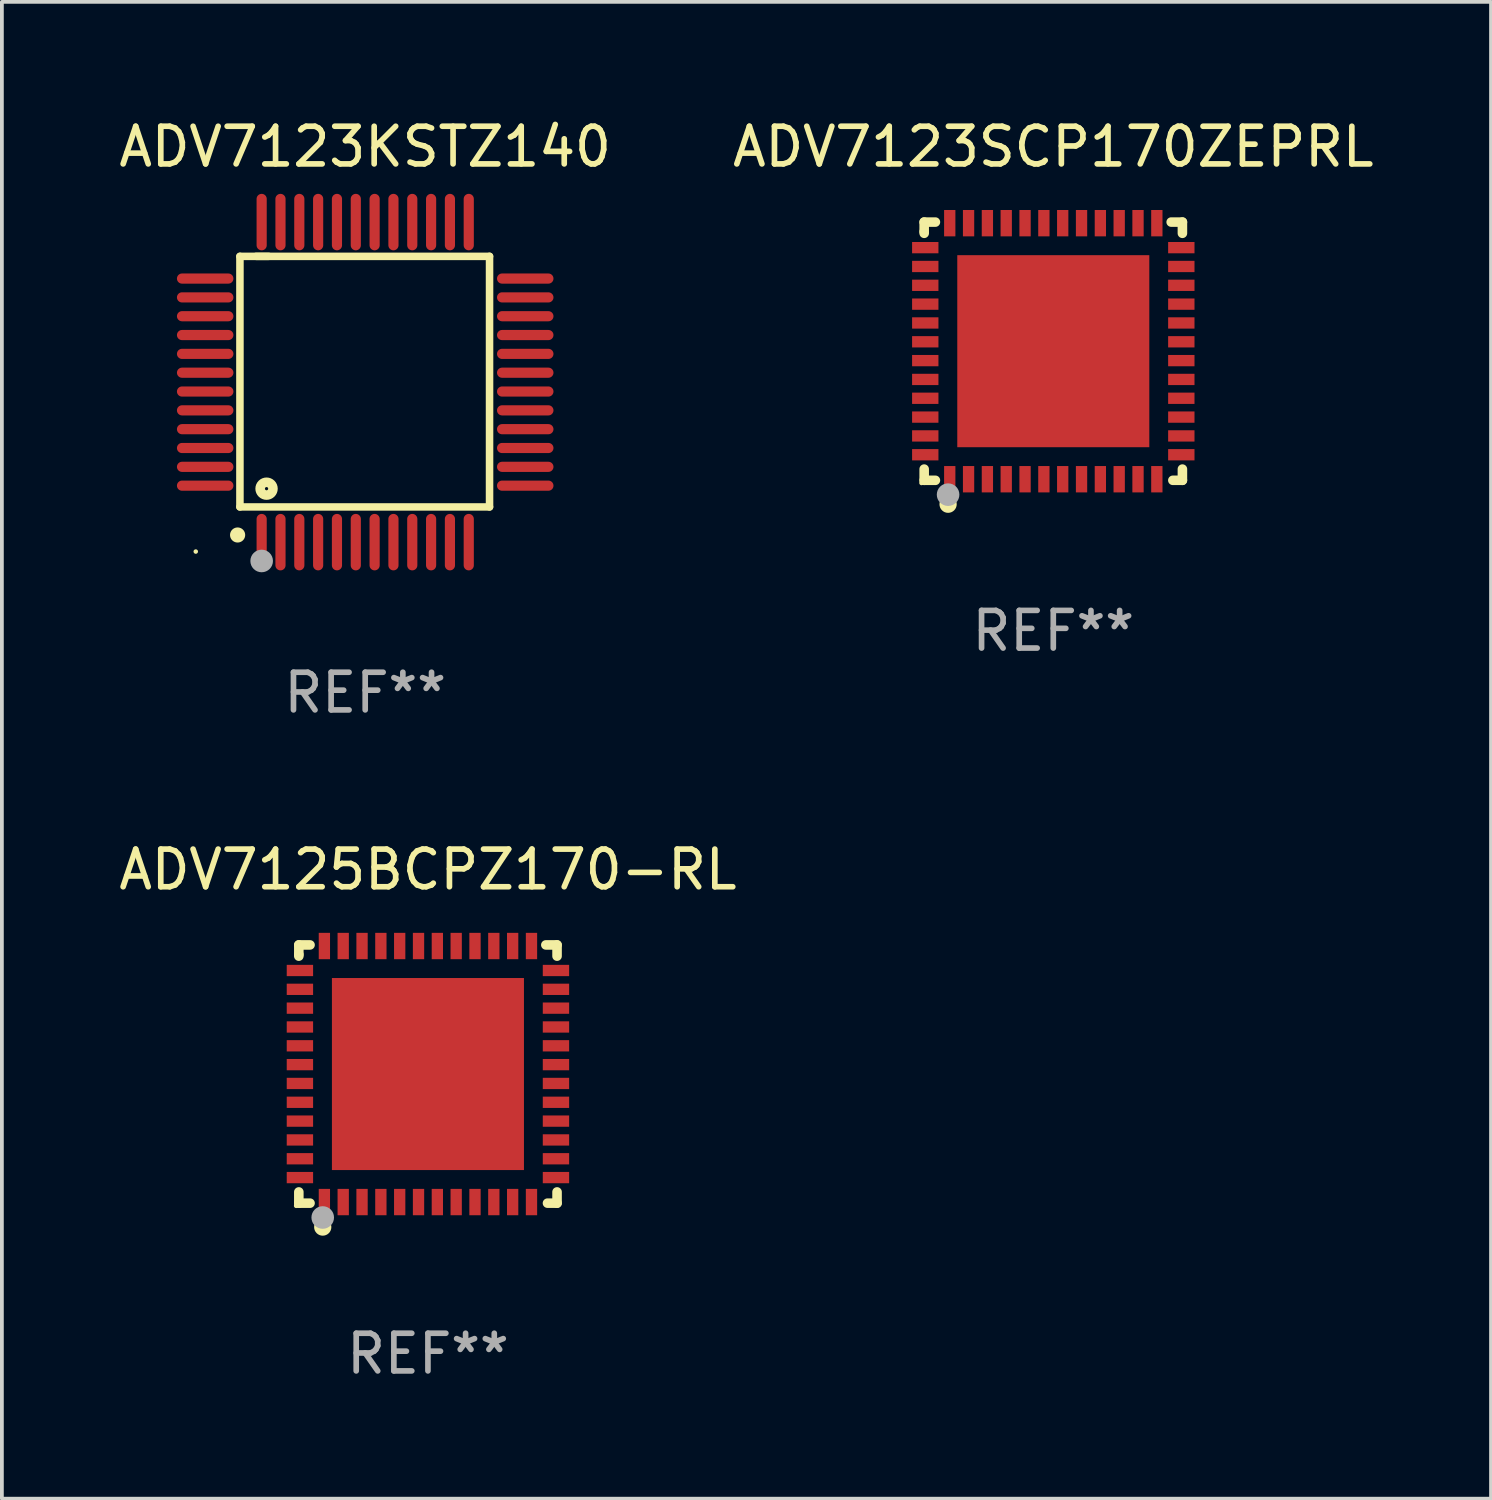
<source format=kicad_pcb>
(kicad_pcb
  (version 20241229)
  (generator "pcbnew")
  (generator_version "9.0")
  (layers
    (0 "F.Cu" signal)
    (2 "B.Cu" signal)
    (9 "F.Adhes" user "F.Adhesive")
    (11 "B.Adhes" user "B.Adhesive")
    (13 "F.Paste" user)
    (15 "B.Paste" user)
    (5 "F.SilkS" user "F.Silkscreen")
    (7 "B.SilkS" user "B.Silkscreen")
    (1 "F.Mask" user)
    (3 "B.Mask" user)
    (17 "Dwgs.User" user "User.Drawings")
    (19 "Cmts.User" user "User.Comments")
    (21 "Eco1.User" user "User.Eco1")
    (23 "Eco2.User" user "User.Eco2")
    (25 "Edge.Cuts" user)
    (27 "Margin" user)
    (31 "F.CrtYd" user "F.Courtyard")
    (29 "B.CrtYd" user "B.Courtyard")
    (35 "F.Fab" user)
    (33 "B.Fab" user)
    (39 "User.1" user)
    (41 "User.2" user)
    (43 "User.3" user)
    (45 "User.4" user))
  (footprint "ADV7123KSTZ140"
    (layer "F.Cu")
    (at 6.649 7.098)
    (property "Reference" "ADV7123KSTZ140" (at 0 -6.25 0) (layer "F.SilkS") (effects (font (size 1 1) (thickness 0.15))))
    (attr through_hole)
    (fp_line (start -3.327 -3.34) (end -2.565 -3.34) (stroke (width 0.2) (type solid)) (layer "F.SilkS"))
    (fp_line (start -3.327 3.315) (end -3.327 -3.34) (stroke (width 0.2) (type solid)) (layer "F.SilkS"))
    (fp_line (start -2.896 -3.34) (end 3.302 -3.34) (stroke (width 0.2) (type solid)) (layer "F.SilkS"))
    (fp_line (start 3.302 -3.34) (end 3.302 3.315) (stroke (width 0.2) (type solid)) (layer "F.SilkS"))
    (fp_line (start 3.302 3.315) (end -3.327 3.315) (stroke (width 0.2) (type solid)) (layer "F.SilkS"))
    (fp_arc (start -3.389992 4.059995) (mid -3.388722 4.059991) (end -3.387452 4.059995) (stroke (width 0.4) (type solid)) (layer "F.SilkS"))
    (fp_circle (center -4.5 4.5) (end -4.47 4.5) (stroke (width 0.06) (type solid)) (fill no) (layer "F.SilkS"))
    (fp_circle (center -2.62 2.83) (end -2.45 2.83) (stroke (width 0.254) (type solid)) (fill no) (layer "F.SilkS"))
    (fp_circle (center -2.75 4.75) (end -2.6 4.75) (stroke (width 0.3) (type solid)) (fill no) (layer "F.Fab"))
    (fp_text user "REF**" (at 0 8.25 0) (layer "F.Fab") (effects (font (size 1 1) (thickness 0.15))))
    (pad "1" smd oval (at -2.75 4.25) (size 0.27 1.5) (layers "F.Cu" "F.Mask" "F.Paste"))
    (pad "2" smd oval (at -2.25 4.25) (size 0.27 1.5) (layers "F.Cu" "F.Mask" "F.Paste"))
    (pad "3" smd oval (at -1.75 4.25) (size 0.27 1.5) (layers "F.Cu" "F.Mask" "F.Paste"))
    (pad "4" smd oval (at -1.25 4.25) (size 0.27 1.5) (layers "F.Cu" "F.Mask" "F.Paste"))
    (pad "5" smd oval (at -0.75 4.25) (size 0.27 1.5) (layers "F.Cu" "F.Mask" "F.Paste"))
    (pad "6" smd oval (at -0.25 4.25) (size 0.27 1.5) (layers "F.Cu" "F.Mask" "F.Paste"))
    (pad "7" smd oval (at 0.25 4.25) (size 0.27 1.5) (layers "F.Cu" "F.Mask" "F.Paste"))
    (pad "8" smd oval (at 0.75 4.25) (size 0.27 1.5) (layers "F.Cu" "F.Mask" "F.Paste"))
    (pad "9" smd oval (at 1.25 4.25) (size 0.27 1.5) (layers "F.Cu" "F.Mask" "F.Paste"))
    (pad "10" smd oval (at 1.75 4.25) (size 0.27 1.5) (layers "F.Cu" "F.Mask" "F.Paste"))
    (pad "11" smd oval (at 2.25 4.25) (size 0.27 1.5) (layers "F.Cu" "F.Mask" "F.Paste"))
    (pad "12" smd oval (at 2.75 4.25) (size 0.27 1.5) (layers "F.Cu" "F.Mask" "F.Paste"))
    (pad "13" smd oval (at 4.25 2.75) (size 1.5 0.27) (layers "F.Cu" "F.Mask" "F.Paste"))
    (pad "14" smd oval (at 4.25 2.25) (size 1.5 0.27) (layers "F.Cu" "F.Mask" "F.Paste"))
    (pad "15" smd oval (at 4.25 1.75) (size 1.5 0.27) (layers "F.Cu" "F.Mask" "F.Paste"))
    (pad "16" smd oval (at 4.25 1.25) (size 1.5 0.27) (layers "F.Cu" "F.Mask" "F.Paste"))
    (pad "17" smd oval (at 4.25 0.75) (size 1.5 0.27) (layers "F.Cu" "F.Mask" "F.Paste"))
    (pad "18" smd oval (at 4.25 0.25) (size 1.5 0.27) (layers "F.Cu" "F.Mask" "F.Paste"))
    (pad "19" smd oval (at 4.25 -0.25) (size 1.5 0.27) (layers "F.Cu" "F.Mask" "F.Paste"))
    (pad "20" smd oval (at 4.25 -0.75) (size 1.5 0.27) (layers "F.Cu" "F.Mask" "F.Paste"))
    (pad "21" smd oval (at 4.25 -1.25) (size 1.5 0.27) (layers "F.Cu" "F.Mask" "F.Paste"))
    (pad "22" smd oval (at 4.25 -1.75) (size 1.5 0.27) (layers "F.Cu" "F.Mask" "F.Paste"))
    (pad "23" smd oval (at 4.25 -2.25) (size 1.5 0.27) (layers "F.Cu" "F.Mask" "F.Paste"))
    (pad "24" smd oval (at 4.25 -2.75) (size 1.5 0.27) (layers "F.Cu" "F.Mask" "F.Paste"))
    (pad "25" smd oval (at 2.75 -4.25) (size 0.27 1.5) (layers "F.Cu" "F.Mask" "F.Paste"))
    (pad "26" smd oval (at 2.25 -4.25) (size 0.27 1.5) (layers "F.Cu" "F.Mask" "F.Paste"))
    (pad "27" smd oval (at 1.75 -4.25) (size 0.27 1.5) (layers "F.Cu" "F.Mask" "F.Paste"))
    (pad "28" smd oval (at 1.25 -4.25) (size 0.27 1.5) (layers "F.Cu" "F.Mask" "F.Paste"))
    (pad "29" smd oval (at 0.75 -4.25) (size 0.27 1.5) (layers "F.Cu" "F.Mask" "F.Paste"))
    (pad "30" smd oval (at 0.25 -4.25) (size 0.27 1.5) (layers "F.Cu" "F.Mask" "F.Paste"))
    (pad "31" smd oval (at -0.25 -4.25) (size 0.27 1.5) (layers "F.Cu" "F.Mask" "F.Paste"))
    (pad "32" smd oval (at -0.75 -4.25) (size 0.27 1.5) (layers "F.Cu" "F.Mask" "F.Paste"))
    (pad "33" smd oval (at -1.25 -4.25) (size 0.27 1.5) (layers "F.Cu" "F.Mask" "F.Paste"))
    (pad "34" smd oval (at -1.75 -4.25) (size 0.27 1.5) (layers "F.Cu" "F.Mask" "F.Paste"))
    (pad "35" smd oval (at -2.25 -4.25) (size 0.27 1.5) (layers "F.Cu" "F.Mask" "F.Paste"))
    (pad "36" smd oval (at -2.75 -4.25) (size 0.27 1.5) (layers "F.Cu" "F.Mask" "F.Paste"))
    (pad "37" smd oval (at -4.25 -2.75) (size 1.5 0.27) (layers "F.Cu" "F.Mask" "F.Paste"))
    (pad "38" smd oval (at -4.25 -2.25) (size 1.5 0.27) (layers "F.Cu" "F.Mask" "F.Paste"))
    (pad "39" smd oval (at -4.25 -1.75) (size 1.5 0.27) (layers "F.Cu" "F.Mask" "F.Paste"))
    (pad "40" smd oval (at -4.25 -1.25) (size 1.5 0.27) (layers "F.Cu" "F.Mask" "F.Paste"))
    (pad "41" smd oval (at -4.25 -0.75) (size 1.5 0.27) (layers "F.Cu" "F.Mask" "F.Paste"))
    (pad "42" smd oval (at -4.25 -0.25) (size 1.5 0.27) (layers "F.Cu" "F.Mask" "F.Paste"))
    (pad "43" smd oval (at -4.25 0.25) (size 1.5 0.27) (layers "F.Cu" "F.Mask" "F.Paste"))
    (pad "44" smd oval (at -4.25 0.75) (size 1.5 0.27) (layers "F.Cu" "F.Mask" "F.Paste"))
    (pad "45" smd oval (at -4.25 1.25) (size 1.5 0.27) (layers "F.Cu" "F.Mask" "F.Paste"))
    (pad "46" smd oval (at -4.25 1.75) (size 1.5 0.27) (layers "F.Cu" "F.Mask" "F.Paste"))
    (pad "47" smd oval (at -4.25 2.25) (size 1.5 0.27) (layers "F.Cu" "F.Mask" "F.Paste"))
    (pad "48" smd oval (at -4.25 2.75) (size 1.5 0.27) (layers "F.Cu" "F.Mask" "F.Paste")))
  (footprint "ADV7125BCPZ170-RL"
    (layer "F.Cu")
    (at 8.315 25.474)
    (property "Reference" "ADV7125BCPZ170-RL" (at 0 -5.429 0) (layer "F.SilkS") (effects (font (size 1 1) (thickness 0.15))))
    (attr through_hole)
    (fp_line (start -3.429 -3.429) (end -3.429 -3.175) (stroke (width 0.254) (type solid)) (layer "F.SilkS"))
    (fp_line (start -3.429 -3.175) (end -3.429 -3.131) (stroke (width 0.254) (type solid)) (layer "F.SilkS"))
    (fp_line (start -3.429 3.131) (end -3.429 3.429) (stroke (width 0.254) (type solid)) (layer "F.SilkS"))
    (fp_line (start -3.429 3.429) (end -3.131 3.429) (stroke (width 0.254) (type solid)) (layer "F.SilkS"))
    (fp_line (start -3.131 -3.429) (end -3.429 -3.429) (stroke (width 0.254) (type solid)) (layer "F.SilkS"))
    (fp_line (start 3.131 -3.429) (end 3.429 -3.429) (stroke (width 0.254) (type solid)) (layer "F.SilkS"))
    (fp_line (start 3.429 -3.429) (end 3.429 -3.131) (stroke (width 0.254) (type solid)) (layer "F.SilkS"))
    (fp_line (start 3.429 3.131) (end 3.429 3.429) (stroke (width 0.254) (type solid)) (layer "F.SilkS"))
    (fp_line (start 3.429 3.429) (end 3.175 3.429) (stroke (width 0.254) (type solid)) (layer "F.SilkS"))
    (fp_circle (center -3.5 3.5) (end -3.47 3.5) (stroke (width 0.06) (type solid)) (fill no) (layer "F.SilkS"))
    (fp_circle (center -2.794 4.064) (end -2.667 4.064) (stroke (width 0.204) (type solid)) (fill no) (layer "F.SilkS"))
    (fp_circle (center -2.794 3.81) (end -2.644 3.81) (stroke (width 0.3) (type solid)) (fill no) (layer "F.Fab"))
    (fp_text user "REF**" (at 0 7.429 0) (layer "F.Fab") (effects (font (size 1 1) (thickness 0.15))))
    (pad "1" smd rect (at -2.75 3.4) (size 0.3 0.7) (layers "F.Cu" "F.Mask" "F.Paste"))
    (pad "2" smd rect (at -2.25 3.4) (size 0.3 0.7) (layers "F.Cu" "F.Mask" "F.Paste"))
    (pad "3" smd rect (at -1.75 3.4) (size 0.3 0.7) (layers "F.Cu" "F.Mask" "F.Paste"))
    (pad "4" smd rect (at -1.25 3.4) (size 0.3 0.7) (layers "F.Cu" "F.Mask" "F.Paste"))
    (pad "5" smd rect (at -0.75 3.4) (size 0.3 0.7) (layers "F.Cu" "F.Mask" "F.Paste"))
    (pad "6" smd rect (at -0.25 3.4) (size 0.3 0.7) (layers "F.Cu" "F.Mask" "F.Paste"))
    (pad "7" smd rect (at 0.25 3.4) (size 0.3 0.7) (layers "F.Cu" "F.Mask" "F.Paste"))
    (pad "8" smd rect (at 0.75 3.4) (size 0.3 0.7) (layers "F.Cu" "F.Mask" "F.Paste"))
    (pad "9" smd rect (at 1.25 3.4) (size 0.3 0.7) (layers "F.Cu" "F.Mask" "F.Paste"))
    (pad "10" smd rect (at 1.75 3.4) (size 0.3 0.7) (layers "F.Cu" "F.Mask" "F.Paste"))
    (pad "11" smd rect (at 2.25 3.4) (size 0.3 0.7) (layers "F.Cu" "F.Mask" "F.Paste"))
    (pad "12" smd rect (at 2.75 3.4) (size 0.3 0.7) (layers "F.Cu" "F.Mask" "F.Paste"))
    (pad "13" smd rect (at 3.4 2.75) (size 0.7 0.3) (layers "F.Cu" "F.Mask" "F.Paste"))
    (pad "14" smd rect (at 3.4 2.25) (size 0.7 0.3) (layers "F.Cu" "F.Mask" "F.Paste"))
    (pad "15" smd rect (at 3.4 1.75) (size 0.7 0.3) (layers "F.Cu" "F.Mask" "F.Paste"))
    (pad "16" smd rect (at 3.4 1.25) (size 0.7 0.3) (layers "F.Cu" "F.Mask" "F.Paste"))
    (pad "17" smd rect (at 3.4 0.75) (size 0.7 0.3) (layers "F.Cu" "F.Mask" "F.Paste"))
    (pad "18" smd rect (at 3.4 0.25) (size 0.7 0.3) (layers "F.Cu" "F.Mask" "F.Paste"))
    (pad "19" smd rect (at 3.4 -0.25) (size 0.7 0.3) (layers "F.Cu" "F.Mask" "F.Paste"))
    (pad "20" smd rect (at 3.4 -0.75) (size 0.7 0.3) (layers "F.Cu" "F.Mask" "F.Paste"))
    (pad "21" smd rect (at 3.4 -1.25) (size 0.7 0.3) (layers "F.Cu" "F.Mask" "F.Paste"))
    (pad "22" smd rect (at 3.4 -1.75) (size 0.7 0.3) (layers "F.Cu" "F.Mask" "F.Paste"))
    (pad "23" smd rect (at 3.4 -2.25) (size 0.7 0.3) (layers "F.Cu" "F.Mask" "F.Paste"))
    (pad "24" smd rect (at 3.4 -2.75) (size 0.7 0.3) (layers "F.Cu" "F.Mask" "F.Paste"))
    (pad "25" smd rect (at 2.75 -3.4) (size 0.3 0.7) (layers "F.Cu" "F.Mask" "F.Paste"))
    (pad "26" smd rect (at 2.25 -3.4) (size 0.3 0.7) (layers "F.Cu" "F.Mask" "F.Paste"))
    (pad "27" smd rect (at 1.75 -3.4) (size 0.3 0.7) (layers "F.Cu" "F.Mask" "F.Paste"))
    (pad "28" smd rect (at 1.25 -3.4) (size 0.3 0.7) (layers "F.Cu" "F.Mask" "F.Paste"))
    (pad "29" smd rect (at 0.75 -3.4) (size 0.3 0.7) (layers "F.Cu" "F.Mask" "F.Paste"))
    (pad "30" smd rect (at 0.25 -3.4) (size 0.3 0.7) (layers "F.Cu" "F.Mask" "F.Paste"))
    (pad "31" smd rect (at -0.25 -3.4) (size 0.3 0.7) (layers "F.Cu" "F.Mask" "F.Paste"))
    (pad "32" smd rect (at -0.75 -3.4) (size 0.3 0.7) (layers "F.Cu" "F.Mask" "F.Paste"))
    (pad "33" smd rect (at -1.25 -3.4) (size 0.3 0.7) (layers "F.Cu" "F.Mask" "F.Paste"))
    (pad "34" smd rect (at -1.75 -3.4) (size 0.3 0.7) (layers "F.Cu" "F.Mask" "F.Paste"))
    (pad "35" smd rect (at -2.25 -3.4) (size 0.3 0.7) (layers "F.Cu" "F.Mask" "F.Paste"))
    (pad "36" smd rect (at -2.75 -3.4) (size 0.3 0.7) (layers "F.Cu" "F.Mask" "F.Paste"))
    (pad "37" smd rect (at -3.4 -2.75) (size 0.7 0.3) (layers "F.Cu" "F.Mask" "F.Paste"))
    (pad "38" smd rect (at -3.4 -2.25) (size 0.7 0.3) (layers "F.Cu" "F.Mask" "F.Paste"))
    (pad "39" smd rect (at -3.4 -1.75) (size 0.7 0.3) (layers "F.Cu" "F.Mask" "F.Paste"))
    (pad "40" smd rect (at -3.4 -1.25) (size 0.7 0.3) (layers "F.Cu" "F.Mask" "F.Paste"))
    (pad "41" smd rect (at -3.4 -0.75) (size 0.7 0.3) (layers "F.Cu" "F.Mask" "F.Paste"))
    (pad "42" smd rect (at -3.4 -0.25) (size 0.7 0.3) (layers "F.Cu" "F.Mask" "F.Paste"))
    (pad "43" smd rect (at -3.4 0.25) (size 0.7 0.3) (layers "F.Cu" "F.Mask" "F.Paste"))
    (pad "44" smd rect (at -3.4 0.75) (size 0.7 0.3) (layers "F.Cu" "F.Mask" "F.Paste"))
    (pad "45" smd rect (at -3.4 1.25) (size 0.7 0.3) (layers "F.Cu" "F.Mask" "F.Paste"))
    (pad "46" smd rect (at -3.4 1.75) (size 0.7 0.3) (layers "F.Cu" "F.Mask" "F.Paste"))
    (pad "47" smd rect (at -3.4 2.25) (size 0.7 0.3) (layers "F.Cu" "F.Mask" "F.Paste"))
    (pad "48" smd rect (at -3.4 2.75) (size 0.7 0.3) (layers "F.Cu" "F.Mask" "F.Paste"))
    (pad "49" smd rect (at 0 0) (size 5.1 5.1) (layers "F.Cu" "F.Mask" "F.Paste")))
  (footprint "ADV7123SCP170ZEPRL"
    (layer "F.Cu")
    (at 24.923 6.277)
    (property "Reference" "ADV7123SCP170ZEPRL" (at 0 -5.429 0) (layer "F.SilkS") (effects (font (size 1 1) (thickness 0.15))))
    (attr through_hole)
    (fp_line (start -3.429 -3.429) (end -3.429 -3.175) (stroke (width 0.254) (type solid)) (layer "F.SilkS"))
    (fp_line (start -3.429 -3.175) (end -3.429 -3.131) (stroke (width 0.254) (type solid)) (layer "F.SilkS"))
    (fp_line (start -3.429 3.131) (end -3.429 3.429) (stroke (width 0.254) (type solid)) (layer "F.SilkS"))
    (fp_line (start -3.429 3.429) (end -3.131 3.429) (stroke (width 0.254) (type solid)) (layer "F.SilkS"))
    (fp_line (start -3.131 -3.429) (end -3.429 -3.429) (stroke (width 0.254) (type solid)) (layer "F.SilkS"))
    (fp_line (start 3.131 -3.429) (end 3.429 -3.429) (stroke (width 0.254) (type solid)) (layer "F.SilkS"))
    (fp_line (start 3.429 -3.429) (end 3.429 -3.131) (stroke (width 0.254) (type solid)) (layer "F.SilkS"))
    (fp_line (start 3.429 3.131) (end 3.429 3.429) (stroke (width 0.254) (type solid)) (layer "F.SilkS"))
    (fp_line (start 3.429 3.429) (end 3.175 3.429) (stroke (width 0.254) (type solid)) (layer "F.SilkS"))
    (fp_circle (center -3.5 3.5) (end -3.47 3.5) (stroke (width 0.06) (type solid)) (fill no) (layer "F.SilkS"))
    (fp_circle (center -2.794 4.064) (end -2.667 4.064) (stroke (width 0.204) (type solid)) (fill no) (layer "F.SilkS"))
    (fp_circle (center -2.794 3.81) (end -2.644 3.81) (stroke (width 0.3) (type solid)) (fill no) (layer "F.Fab"))
    (fp_text user "REF**" (at 0 7.429 0) (layer "F.Fab") (effects (font (size 1 1) (thickness 0.15))))
    (pad "1" smd rect (at -2.75 3.4) (size 0.3 0.7) (layers "F.Cu" "F.Mask" "F.Paste"))
    (pad "2" smd rect (at -2.25 3.4) (size 0.3 0.7) (layers "F.Cu" "F.Mask" "F.Paste"))
    (pad "3" smd rect (at -1.75 3.4) (size 0.3 0.7) (layers "F.Cu" "F.Mask" "F.Paste"))
    (pad "4" smd rect (at -1.25 3.4) (size 0.3 0.7) (layers "F.Cu" "F.Mask" "F.Paste"))
    (pad "5" smd rect (at -0.75 3.4) (size 0.3 0.7) (layers "F.Cu" "F.Mask" "F.Paste"))
    (pad "6" smd rect (at -0.25 3.4) (size 0.3 0.7) (layers "F.Cu" "F.Mask" "F.Paste"))
    (pad "7" smd rect (at 0.25 3.4) (size 0.3 0.7) (layers "F.Cu" "F.Mask" "F.Paste"))
    (pad "8" smd rect (at 0.75 3.4) (size 0.3 0.7) (layers "F.Cu" "F.Mask" "F.Paste"))
    (pad "9" smd rect (at 1.25 3.4) (size 0.3 0.7) (layers "F.Cu" "F.Mask" "F.Paste"))
    (pad "10" smd rect (at 1.75 3.4) (size 0.3 0.7) (layers "F.Cu" "F.Mask" "F.Paste"))
    (pad "11" smd rect (at 2.25 3.4) (size 0.3 0.7) (layers "F.Cu" "F.Mask" "F.Paste"))
    (pad "12" smd rect (at 2.75 3.4) (size 0.3 0.7) (layers "F.Cu" "F.Mask" "F.Paste"))
    (pad "13" smd rect (at 3.4 2.75) (size 0.7 0.3) (layers "F.Cu" "F.Mask" "F.Paste"))
    (pad "14" smd rect (at 3.4 2.25) (size 0.7 0.3) (layers "F.Cu" "F.Mask" "F.Paste"))
    (pad "15" smd rect (at 3.4 1.75) (size 0.7 0.3) (layers "F.Cu" "F.Mask" "F.Paste"))
    (pad "16" smd rect (at 3.4 1.25) (size 0.7 0.3) (layers "F.Cu" "F.Mask" "F.Paste"))
    (pad "17" smd rect (at 3.4 0.75) (size 0.7 0.3) (layers "F.Cu" "F.Mask" "F.Paste"))
    (pad "18" smd rect (at 3.4 0.25) (size 0.7 0.3) (layers "F.Cu" "F.Mask" "F.Paste"))
    (pad "19" smd rect (at 3.4 -0.25) (size 0.7 0.3) (layers "F.Cu" "F.Mask" "F.Paste"))
    (pad "20" smd rect (at 3.4 -0.75) (size 0.7 0.3) (layers "F.Cu" "F.Mask" "F.Paste"))
    (pad "21" smd rect (at 3.4 -1.25) (size 0.7 0.3) (layers "F.Cu" "F.Mask" "F.Paste"))
    (pad "22" smd rect (at 3.4 -1.75) (size 0.7 0.3) (layers "F.Cu" "F.Mask" "F.Paste"))
    (pad "23" smd rect (at 3.4 -2.25) (size 0.7 0.3) (layers "F.Cu" "F.Mask" "F.Paste"))
    (pad "24" smd rect (at 3.4 -2.75) (size 0.7 0.3) (layers "F.Cu" "F.Mask" "F.Paste"))
    (pad "25" smd rect (at 2.75 -3.4) (size 0.3 0.7) (layers "F.Cu" "F.Mask" "F.Paste"))
    (pad "26" smd rect (at 2.25 -3.4) (size 0.3 0.7) (layers "F.Cu" "F.Mask" "F.Paste"))
    (pad "27" smd rect (at 1.75 -3.4) (size 0.3 0.7) (layers "F.Cu" "F.Mask" "F.Paste"))
    (pad "28" smd rect (at 1.25 -3.4) (size 0.3 0.7) (layers "F.Cu" "F.Mask" "F.Paste"))
    (pad "29" smd rect (at 0.75 -3.4) (size 0.3 0.7) (layers "F.Cu" "F.Mask" "F.Paste"))
    (pad "30" smd rect (at 0.25 -3.4) (size 0.3 0.7) (layers "F.Cu" "F.Mask" "F.Paste"))
    (pad "31" smd rect (at -0.25 -3.4) (size 0.3 0.7) (layers "F.Cu" "F.Mask" "F.Paste"))
    (pad "32" smd rect (at -0.75 -3.4) (size 0.3 0.7) (layers "F.Cu" "F.Mask" "F.Paste"))
    (pad "33" smd rect (at -1.25 -3.4) (size 0.3 0.7) (layers "F.Cu" "F.Mask" "F.Paste"))
    (pad "34" smd rect (at -1.75 -3.4) (size 0.3 0.7) (layers "F.Cu" "F.Mask" "F.Paste"))
    (pad "35" smd rect (at -2.25 -3.4) (size 0.3 0.7) (layers "F.Cu" "F.Mask" "F.Paste"))
    (pad "36" smd rect (at -2.75 -3.4) (size 0.3 0.7) (layers "F.Cu" "F.Mask" "F.Paste"))
    (pad "37" smd rect (at -3.4 -2.75) (size 0.7 0.3) (layers "F.Cu" "F.Mask" "F.Paste"))
    (pad "38" smd rect (at -3.4 -2.25) (size 0.7 0.3) (layers "F.Cu" "F.Mask" "F.Paste"))
    (pad "39" smd rect (at -3.4 -1.75) (size 0.7 0.3) (layers "F.Cu" "F.Mask" "F.Paste"))
    (pad "40" smd rect (at -3.4 -1.25) (size 0.7 0.3) (layers "F.Cu" "F.Mask" "F.Paste"))
    (pad "41" smd rect (at -3.4 -0.75) (size 0.7 0.3) (layers "F.Cu" "F.Mask" "F.Paste"))
    (pad "42" smd rect (at -3.4 -0.25) (size 0.7 0.3) (layers "F.Cu" "F.Mask" "F.Paste"))
    (pad "43" smd rect (at -3.4 0.25) (size 0.7 0.3) (layers "F.Cu" "F.Mask" "F.Paste"))
    (pad "44" smd rect (at -3.4 0.75) (size 0.7 0.3) (layers "F.Cu" "F.Mask" "F.Paste"))
    (pad "45" smd rect (at -3.4 1.25) (size 0.7 0.3) (layers "F.Cu" "F.Mask" "F.Paste"))
    (pad "46" smd rect (at -3.4 1.75) (size 0.7 0.3) (layers "F.Cu" "F.Mask" "F.Paste"))
    (pad "47" smd rect (at -3.4 2.25) (size 0.7 0.3) (layers "F.Cu" "F.Mask" "F.Paste"))
    (pad "48" smd rect (at -3.4 2.75) (size 0.7 0.3) (layers "F.Cu" "F.Mask" "F.Paste"))
    (pad "49" smd rect (at 0 0) (size 5.1 5.1) (layers "F.Cu" "F.Mask" "F.Paste")))
  (gr_rect
    (start -3 -3)
    (end 36.548 36.751)
    (stroke (width 0.1) (type default))
    (fill no)
    (layer "Edge.Cuts")))
</source>
